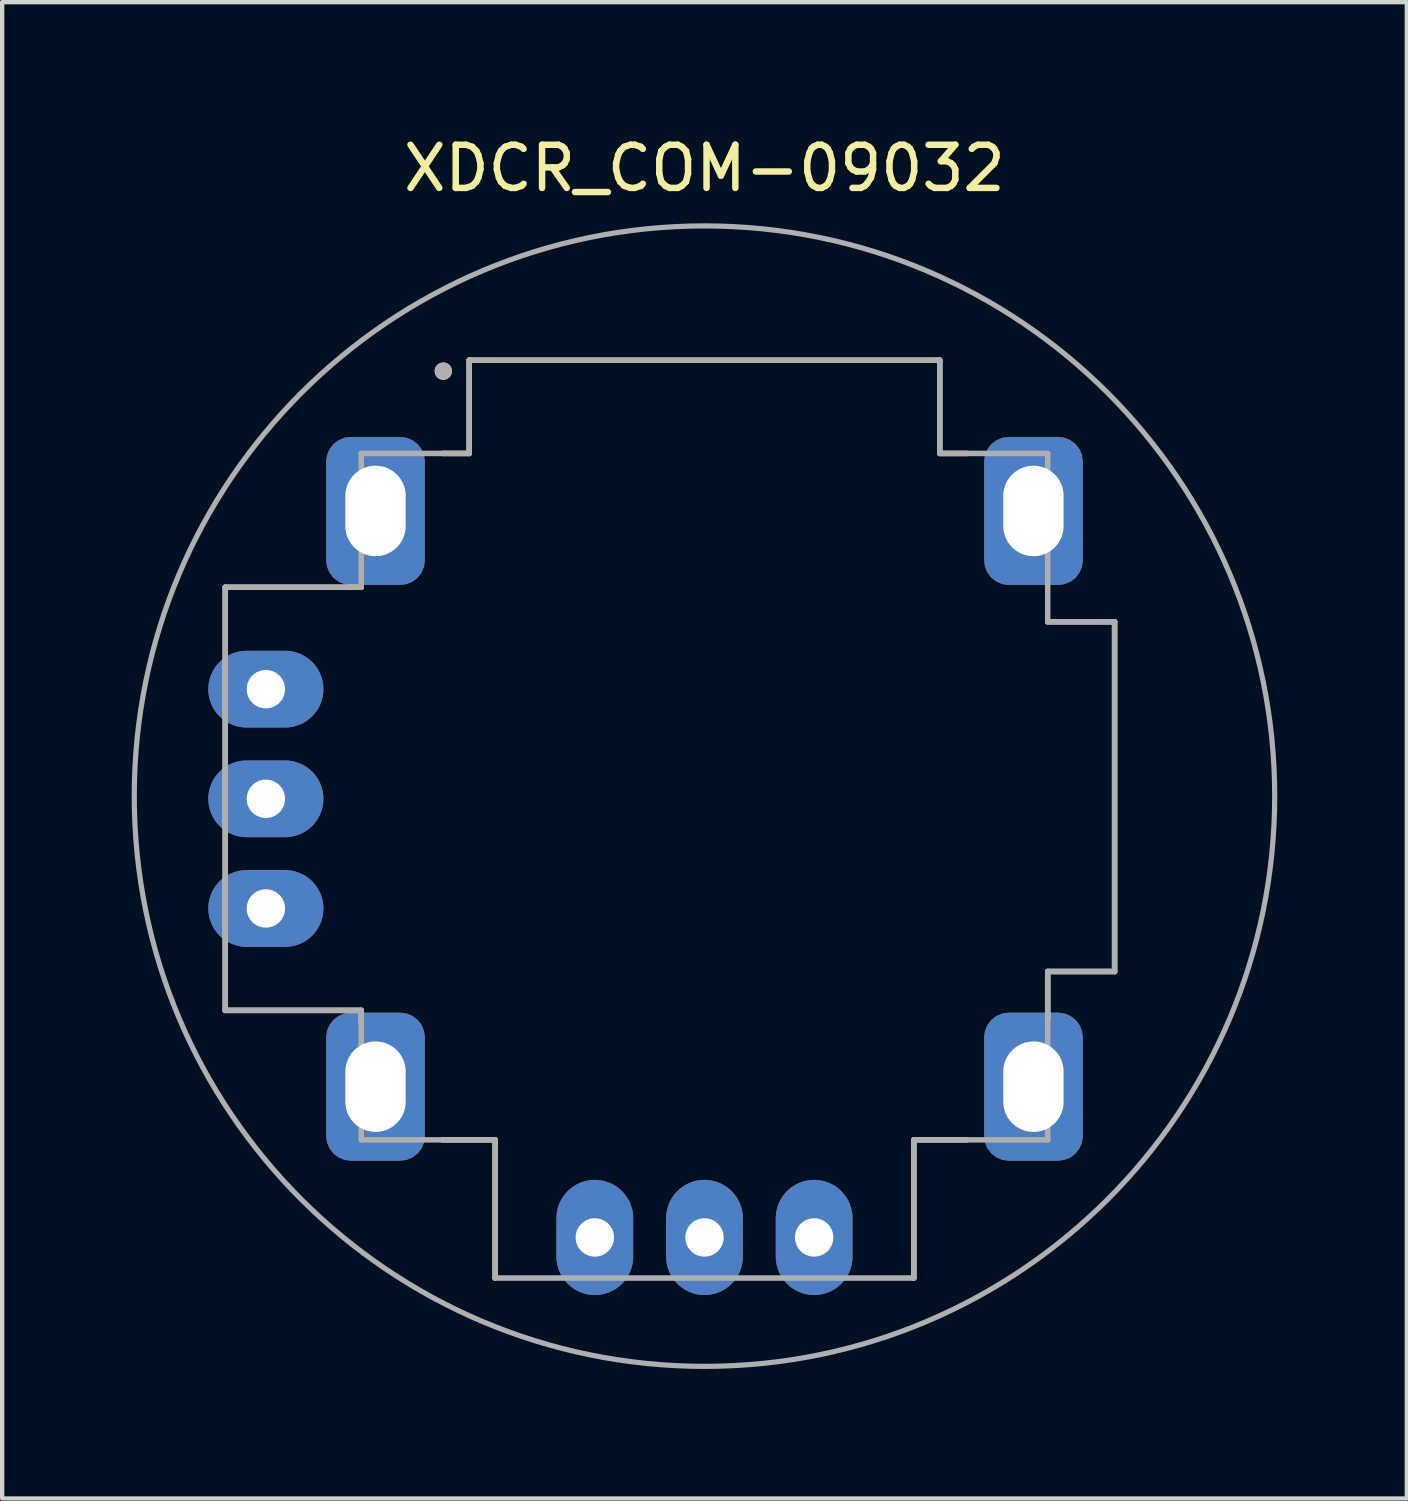
<source format=kicad_pcb>
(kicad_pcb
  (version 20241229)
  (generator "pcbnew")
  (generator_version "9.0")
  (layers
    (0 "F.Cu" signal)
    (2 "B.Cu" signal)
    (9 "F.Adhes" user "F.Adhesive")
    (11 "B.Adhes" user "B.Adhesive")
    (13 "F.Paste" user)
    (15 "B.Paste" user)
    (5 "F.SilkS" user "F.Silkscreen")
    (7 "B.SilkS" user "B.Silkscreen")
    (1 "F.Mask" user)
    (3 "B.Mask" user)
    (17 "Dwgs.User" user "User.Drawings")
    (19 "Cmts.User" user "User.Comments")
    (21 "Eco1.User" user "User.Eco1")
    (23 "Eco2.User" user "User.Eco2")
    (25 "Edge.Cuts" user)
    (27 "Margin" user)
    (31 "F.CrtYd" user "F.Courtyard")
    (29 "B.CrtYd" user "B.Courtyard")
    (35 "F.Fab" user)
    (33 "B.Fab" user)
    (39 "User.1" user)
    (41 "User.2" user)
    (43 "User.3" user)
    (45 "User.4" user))
  (footprint "XDCR_COM-09032"
    (layer "F.Cu")
    (at 13.268 15.453)
    (property "Reference" "XDCR_COM-09032" (at 0 -14.605 0) (layer "F.SilkS") (effects (font (size 1 1) (thickness 0.15))))
    (attr through_hole)
    (fp_line (start -11.1 -4.9) (end -7.95 -4.9) (stroke (width 0.127) (type solid)) (layer "F.SilkS"))
    (fp_line (start -11.1 4.9) (end -11.1 -4.9) (stroke (width 0.127) (type solid)) (layer "F.SilkS"))
    (fp_line (start -7.95 4.9) (end -11.1 4.9) (stroke (width 0.127) (type solid)) (layer "F.SilkS"))
    (fp_line (start -7.95 5.17) (end -7.95 4.9) (stroke (width 0.127) (type solid)) (layer "F.SilkS"))
    (fp_line (start -6.07 -8) (end -5.45 -8) (stroke (width 0.127) (type solid)) (layer "F.SilkS"))
    (fp_line (start -5.45 -10.16) (end 5.45 -10.16) (stroke (width 0.127) (type solid)) (layer "F.SilkS"))
    (fp_line (start -5.45 -8) (end -5.45 -10.16) (stroke (width 0.127) (type solid)) (layer "F.SilkS"))
    (fp_line (start -4.85 7.9) (end -6.07 7.9) (stroke (width 0.127) (type solid)) (layer "F.SilkS"))
    (fp_line (start -4.85 11.1) (end -4.85 7.9) (stroke (width 0.127) (type solid)) (layer "F.SilkS"))
    (fp_line (start 4.85 7.9) (end 4.85 11.1) (stroke (width 0.127) (type solid)) (layer "F.SilkS"))
    (fp_line (start 5.45 -10.16) (end 5.45 -8) (stroke (width 0.127) (type solid)) (layer "F.SilkS"))
    (fp_line (start 5.45 -8) (end 6.08 -8) (stroke (width 0.127) (type solid)) (layer "F.SilkS"))
    (fp_line (start 6.08 7.9) (end 4.85 7.9) (stroke (width 0.127) (type solid)) (layer "F.SilkS"))
    (fp_line (start 7.95 -4.1) (end 9.5 -4.1) (stroke (width 0.127) (type solid)) (layer "F.SilkS"))
    (fp_line (start 7.95 4) (end 7.95 5.12) (stroke (width 0.127) (type solid)) (layer "F.SilkS"))
    (fp_line (start 9.5 -4.1) (end 9.5 4) (stroke (width 0.127) (type solid)) (layer "F.SilkS"))
    (fp_line (start 9.5 4) (end 7.95 4) (stroke (width 0.127) (type solid)) (layer "F.SilkS"))
    (fp_circle (center -6.05 -9.906) (end -5.95 -9.906) (stroke (width 0.2) (type solid)) (fill no) (layer "F.SilkS"))
    (fp_line (start -11.1 -4.9) (end -11.1 4.9) (stroke (width 0.127) (type solid)) (layer "F.Fab"))
    (fp_line (start -7.95 -4.9) (end -11.1 -4.9) (stroke (width 0.127) (type solid)) (layer "F.Fab"))
    (fp_line (start -7.95 -4.9) (end -7.95 -8) (stroke (width 0.127) (type solid)) (layer "F.Fab"))
    (fp_line (start -7.95 4.9) (end -11.1 4.9) (stroke (width 0.127) (type solid)) (layer "F.Fab"))
    (fp_line (start -7.95 4.9) (end -7.95 7.9) (stroke (width 0.127) (type solid)) (layer "F.Fab"))
    (fp_line (start -5.45 -10.16) (end -5.45 -8) (stroke (width 0.127) (type solid)) (layer "F.Fab"))
    (fp_line (start -5.45 -8) (end -7.95 -8) (stroke (width 0.127) (type solid)) (layer "F.Fab"))
    (fp_line (start -4.85 7.9) (end -7.95 7.9) (stroke (width 0.127) (type solid)) (layer "F.Fab"))
    (fp_line (start -4.85 11.1) (end -4.85 7.9) (stroke (width 0.127) (type solid)) (layer "F.Fab"))
    (fp_line (start 4.85 7.9) (end 7.95 7.9) (stroke (width 0.127) (type solid)) (layer "F.Fab"))
    (fp_line (start 4.85 11.1) (end -4.85 11.1) (stroke (width 0.127) (type solid)) (layer "F.Fab"))
    (fp_line (start 4.85 11.1) (end 4.85 7.9) (stroke (width 0.127) (type solid)) (layer "F.Fab"))
    (fp_line (start 5.45 -10.16) (end -5.45 -10.16) (stroke (width 0.127) (type solid)) (layer "F.Fab"))
    (fp_line (start 5.45 -10.16) (end 5.45 -8) (stroke (width 0.127) (type solid)) (layer "F.Fab"))
    (fp_line (start 7.95 -8) (end 5.45 -8) (stroke (width 0.127) (type solid)) (layer "F.Fab"))
    (fp_line (start 7.95 -4.1) (end 7.95 -8) (stroke (width 0.127) (type solid)) (layer "F.Fab"))
    (fp_line (start 7.95 -4.1) (end 9.5 -4.1) (stroke (width 0.127) (type solid)) (layer "F.Fab"))
    (fp_line (start 7.95 4) (end 7.95 7.9) (stroke (width 0.127) (type solid)) (layer "F.Fab"))
    (fp_line (start 7.95 4) (end 9.5 4) (stroke (width 0.127) (type solid)) (layer "F.Fab"))
    (fp_line (start 9.5 -4.1) (end 9.5 4) (stroke (width 0.127) (type solid)) (layer "F.Fab"))
    (fp_circle (center -6.05 -9.906) (end -5.95 -9.906) (stroke (width 0.2) (type solid)) (fill no) (layer "F.Fab"))
    (fp_circle (center 0 -0.062) (end 13.208 0) (stroke (width 0.12) (type solid)) (fill no) (layer "F.Fab"))
    (pad "H1" thru_hole oval (at -2.54 10.16) (size 1.778 2.667) (drill 0.889) (layers "*.Cu" "*.Mask"))
    (pad "H2" thru_hole oval (at 0 10.16) (size 1.778 2.667) (drill 0.889) (layers "*.Cu" "*.Mask"))
    (pad "H3" thru_hole oval (at 2.54 10.16) (size 1.778 2.667) (drill 0.889) (layers "*.Cu" "*.Mask"))
    (pad "S1" thru_hole roundrect (at -7.62 -6.668) (size 2.286 3.429) (drill oval 1.397 2.096) (layers "*.Cu" "*.Mask") (roundrect_rratio 0.25))
    (pad "S2" thru_hole roundrect (at -7.62 6.668) (size 2.286 3.429) (drill oval 1.397 2.096) (layers "*.Cu" "*.Mask") (roundrect_rratio 0.25))
    (pad "S3" thru_hole roundrect (at 7.62 6.668) (size 2.286 3.429) (drill oval 1.397 2.096) (layers "*.Cu" "*.Mask") (roundrect_rratio 0.25))
    (pad "S4" thru_hole roundrect (at 7.62 -6.668) (size 2.286 3.429) (drill oval 1.397 2.096) (layers "*.Cu" "*.Mask") (roundrect_rratio 0.25))
    (pad "V1" thru_hole oval (at -10.16 -2.54) (size 2.667 1.778) (drill 0.889) (layers "*.Cu" "*.Mask"))
    (pad "V2" thru_hole oval (at -10.16 0) (size 2.667 1.778) (drill 0.889) (layers "*.Cu" "*.Mask"))
    (pad "V3" thru_hole oval (at -10.16 2.54) (size 2.667 1.778) (drill 0.889) (layers "*.Cu" "*.Mask")))
  (gr_rect
    (start -3 -3)
    (end 29.536 31.659)
    (stroke (width 0.1) (type default))
    (fill no)
    (layer "Edge.Cuts")))
</source>
